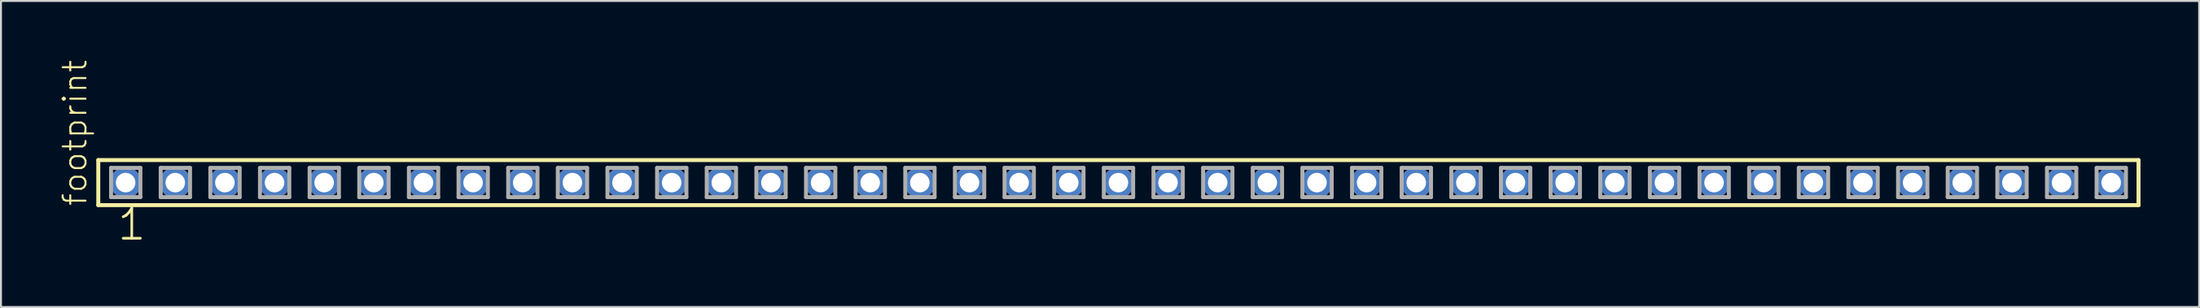
<source format=kicad_pcb>
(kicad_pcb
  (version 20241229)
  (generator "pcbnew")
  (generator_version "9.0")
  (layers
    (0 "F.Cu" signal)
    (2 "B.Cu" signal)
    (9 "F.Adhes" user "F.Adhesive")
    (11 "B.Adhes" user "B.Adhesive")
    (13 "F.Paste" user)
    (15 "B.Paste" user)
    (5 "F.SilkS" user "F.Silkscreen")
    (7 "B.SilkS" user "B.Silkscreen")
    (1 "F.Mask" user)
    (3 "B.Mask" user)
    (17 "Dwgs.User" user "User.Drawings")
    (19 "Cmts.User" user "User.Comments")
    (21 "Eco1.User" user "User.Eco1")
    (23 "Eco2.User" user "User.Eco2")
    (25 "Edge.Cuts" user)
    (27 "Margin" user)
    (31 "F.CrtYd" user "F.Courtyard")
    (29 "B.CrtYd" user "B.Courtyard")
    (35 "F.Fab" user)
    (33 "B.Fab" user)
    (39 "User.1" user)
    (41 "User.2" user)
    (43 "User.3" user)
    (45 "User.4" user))
  (footprint "footprint"
    (layer "F.Cu")
    (at 54.178 6.312)
    (property "Reference" "footprint" (at -52.705 1.27 90) (layer "F.SilkS") (effects (font (size 1.168 1.168) (thickness 0.102)) (justify left bottom)))
    (fp_line (start -52.199 -1.155) (end 52.199 -1.155) (stroke (width 0.203) (type solid)) (layer "F.SilkS"))
    (fp_line (start -52.199 1.155) (end -52.199 -1.155) (stroke (width 0.203) (type solid)) (layer "F.SilkS"))
    (fp_line (start 52.199 -1.155) (end 52.199 1.155) (stroke (width 0.203) (type solid)) (layer "F.SilkS"))
    (fp_line (start 52.199 1.155) (end -52.199 1.155) (stroke (width 0.203) (type solid)) (layer "F.SilkS"))
    (fp_line (start -51.545 -0.755) (end -50.045 -0.755) (stroke (width 0.203) (type solid)) (layer "F.Fab"))
    (fp_line (start -51.545 0.745) (end -51.545 -0.755) (stroke (width 0.203) (type solid)) (layer "F.Fab"))
    (fp_line (start -50.045 -0.755) (end -50.045 0.745) (stroke (width 0.203) (type solid)) (layer "F.Fab"))
    (fp_line (start -50.045 0.745) (end -51.545 0.745) (stroke (width 0.203) (type solid)) (layer "F.Fab"))
    (fp_line (start -49.005 -0.755) (end -47.505 -0.755) (stroke (width 0.203) (type solid)) (layer "F.Fab"))
    (fp_line (start -49.005 0.745) (end -49.005 -0.755) (stroke (width 0.203) (type solid)) (layer "F.Fab"))
    (fp_line (start -47.505 -0.755) (end -47.505 0.745) (stroke (width 0.203) (type solid)) (layer "F.Fab"))
    (fp_line (start -47.505 0.745) (end -49.005 0.745) (stroke (width 0.203) (type solid)) (layer "F.Fab"))
    (fp_line (start -46.465 -0.755) (end -44.965 -0.755) (stroke (width 0.203) (type solid)) (layer "F.Fab"))
    (fp_line (start -46.465 0.745) (end -46.465 -0.755) (stroke (width 0.203) (type solid)) (layer "F.Fab"))
    (fp_line (start -44.965 -0.755) (end -44.965 0.745) (stroke (width 0.203) (type solid)) (layer "F.Fab"))
    (fp_line (start -44.965 0.745) (end -46.465 0.745) (stroke (width 0.203) (type solid)) (layer "F.Fab"))
    (fp_line (start -43.925 -0.755) (end -42.425 -0.755) (stroke (width 0.203) (type solid)) (layer "F.Fab"))
    (fp_line (start -43.925 0.745) (end -43.925 -0.755) (stroke (width 0.203) (type solid)) (layer "F.Fab"))
    (fp_line (start -42.425 -0.755) (end -42.425 0.745) (stroke (width 0.203) (type solid)) (layer "F.Fab"))
    (fp_line (start -42.425 0.745) (end -43.925 0.745) (stroke (width 0.203) (type solid)) (layer "F.Fab"))
    (fp_line (start -41.385 -0.755) (end -39.885 -0.755) (stroke (width 0.203) (type solid)) (layer "F.Fab"))
    (fp_line (start -41.385 0.745) (end -41.385 -0.755) (stroke (width 0.203) (type solid)) (layer "F.Fab"))
    (fp_line (start -39.885 -0.755) (end -39.885 0.745) (stroke (width 0.203) (type solid)) (layer "F.Fab"))
    (fp_line (start -39.885 0.745) (end -41.385 0.745) (stroke (width 0.203) (type solid)) (layer "F.Fab"))
    (fp_line (start -38.845 -0.755) (end -37.345 -0.755) (stroke (width 0.203) (type solid)) (layer "F.Fab"))
    (fp_line (start -38.845 0.745) (end -38.845 -0.755) (stroke (width 0.203) (type solid)) (layer "F.Fab"))
    (fp_line (start -37.345 -0.755) (end -37.345 0.745) (stroke (width 0.203) (type solid)) (layer "F.Fab"))
    (fp_line (start -37.345 0.745) (end -38.845 0.745) (stroke (width 0.203) (type solid)) (layer "F.Fab"))
    (fp_line (start -36.305 -0.755) (end -34.805 -0.755) (stroke (width 0.203) (type solid)) (layer "F.Fab"))
    (fp_line (start -36.305 0.745) (end -36.305 -0.755) (stroke (width 0.203) (type solid)) (layer "F.Fab"))
    (fp_line (start -34.805 -0.755) (end -34.805 0.745) (stroke (width 0.203) (type solid)) (layer "F.Fab"))
    (fp_line (start -34.805 0.745) (end -36.305 0.745) (stroke (width 0.203) (type solid)) (layer "F.Fab"))
    (fp_line (start -33.765 -0.755) (end -32.265 -0.755) (stroke (width 0.203) (type solid)) (layer "F.Fab"))
    (fp_line (start -33.765 0.745) (end -33.765 -0.755) (stroke (width 0.203) (type solid)) (layer "F.Fab"))
    (fp_line (start -32.265 -0.755) (end -32.265 0.745) (stroke (width 0.203) (type solid)) (layer "F.Fab"))
    (fp_line (start -32.265 0.745) (end -33.765 0.745) (stroke (width 0.203) (type solid)) (layer "F.Fab"))
    (fp_line (start -31.225 -0.755) (end -29.725 -0.755) (stroke (width 0.203) (type solid)) (layer "F.Fab"))
    (fp_line (start -31.225 0.745) (end -31.225 -0.755) (stroke (width 0.203) (type solid)) (layer "F.Fab"))
    (fp_line (start -29.725 -0.755) (end -29.725 0.745) (stroke (width 0.203) (type solid)) (layer "F.Fab"))
    (fp_line (start -29.725 0.745) (end -31.225 0.745) (stroke (width 0.203) (type solid)) (layer "F.Fab"))
    (fp_line (start -28.685 -0.755) (end -27.185 -0.755) (stroke (width 0.203) (type solid)) (layer "F.Fab"))
    (fp_line (start -28.685 0.745) (end -28.685 -0.755) (stroke (width 0.203) (type solid)) (layer "F.Fab"))
    (fp_line (start -27.185 -0.755) (end -27.185 0.745) (stroke (width 0.203) (type solid)) (layer "F.Fab"))
    (fp_line (start -27.185 0.745) (end -28.685 0.745) (stroke (width 0.203) (type solid)) (layer "F.Fab"))
    (fp_line (start -26.145 -0.755) (end -24.645 -0.755) (stroke (width 0.203) (type solid)) (layer "F.Fab"))
    (fp_line (start -26.145 0.745) (end -26.145 -0.755) (stroke (width 0.203) (type solid)) (layer "F.Fab"))
    (fp_line (start -24.645 -0.755) (end -24.645 0.745) (stroke (width 0.203) (type solid)) (layer "F.Fab"))
    (fp_line (start -24.645 0.745) (end -26.145 0.745) (stroke (width 0.203) (type solid)) (layer "F.Fab"))
    (fp_line (start -23.605 -0.755) (end -22.105 -0.755) (stroke (width 0.203) (type solid)) (layer "F.Fab"))
    (fp_line (start -23.605 0.745) (end -23.605 -0.755) (stroke (width 0.203) (type solid)) (layer "F.Fab"))
    (fp_line (start -22.105 -0.755) (end -22.105 0.745) (stroke (width 0.203) (type solid)) (layer "F.Fab"))
    (fp_line (start -22.105 0.745) (end -23.605 0.745) (stroke (width 0.203) (type solid)) (layer "F.Fab"))
    (fp_line (start -21.065 -0.755) (end -19.565 -0.755) (stroke (width 0.203) (type solid)) (layer "F.Fab"))
    (fp_line (start -21.065 0.745) (end -21.065 -0.755) (stroke (width 0.203) (type solid)) (layer "F.Fab"))
    (fp_line (start -19.565 -0.755) (end -19.565 0.745) (stroke (width 0.203) (type solid)) (layer "F.Fab"))
    (fp_line (start -19.565 0.745) (end -21.065 0.745) (stroke (width 0.203) (type solid)) (layer "F.Fab"))
    (fp_line (start -18.525 -0.755) (end -17.025 -0.755) (stroke (width 0.203) (type solid)) (layer "F.Fab"))
    (fp_line (start -18.525 0.745) (end -18.525 -0.755) (stroke (width 0.203) (type solid)) (layer "F.Fab"))
    (fp_line (start -17.025 -0.755) (end -17.025 0.745) (stroke (width 0.203) (type solid)) (layer "F.Fab"))
    (fp_line (start -17.025 0.745) (end -18.525 0.745) (stroke (width 0.203) (type solid)) (layer "F.Fab"))
    (fp_line (start -15.985 -0.755) (end -14.485 -0.755) (stroke (width 0.203) (type solid)) (layer "F.Fab"))
    (fp_line (start -15.985 0.745) (end -15.985 -0.755) (stroke (width 0.203) (type solid)) (layer "F.Fab"))
    (fp_line (start -14.485 -0.755) (end -14.485 0.745) (stroke (width 0.203) (type solid)) (layer "F.Fab"))
    (fp_line (start -14.485 0.745) (end -15.985 0.745) (stroke (width 0.203) (type solid)) (layer "F.Fab"))
    (fp_line (start -13.445 -0.755) (end -11.945 -0.755) (stroke (width 0.203) (type solid)) (layer "F.Fab"))
    (fp_line (start -13.445 0.745) (end -13.445 -0.755) (stroke (width 0.203) (type solid)) (layer "F.Fab"))
    (fp_line (start -11.945 -0.755) (end -11.945 0.745) (stroke (width 0.203) (type solid)) (layer "F.Fab"))
    (fp_line (start -11.945 0.745) (end -13.445 0.745) (stroke (width 0.203) (type solid)) (layer "F.Fab"))
    (fp_line (start -10.905 -0.755) (end -9.405 -0.755) (stroke (width 0.203) (type solid)) (layer "F.Fab"))
    (fp_line (start -10.905 0.745) (end -10.905 -0.755) (stroke (width 0.203) (type solid)) (layer "F.Fab"))
    (fp_line (start -9.405 -0.755) (end -9.405 0.745) (stroke (width 0.203) (type solid)) (layer "F.Fab"))
    (fp_line (start -9.405 0.745) (end -10.905 0.745) (stroke (width 0.203) (type solid)) (layer "F.Fab"))
    (fp_line (start -8.365 -0.755) (end -6.865 -0.755) (stroke (width 0.203) (type solid)) (layer "F.Fab"))
    (fp_line (start -8.365 0.745) (end -8.365 -0.755) (stroke (width 0.203) (type solid)) (layer "F.Fab"))
    (fp_line (start -6.865 -0.755) (end -6.865 0.745) (stroke (width 0.203) (type solid)) (layer "F.Fab"))
    (fp_line (start -6.865 0.745) (end -8.365 0.745) (stroke (width 0.203) (type solid)) (layer "F.Fab"))
    (fp_line (start -5.825 -0.755) (end -4.325 -0.755) (stroke (width 0.203) (type solid)) (layer "F.Fab"))
    (fp_line (start -5.825 0.745) (end -5.825 -0.755) (stroke (width 0.203) (type solid)) (layer "F.Fab"))
    (fp_line (start -4.325 -0.755) (end -4.325 0.745) (stroke (width 0.203) (type solid)) (layer "F.Fab"))
    (fp_line (start -4.325 0.745) (end -5.825 0.745) (stroke (width 0.203) (type solid)) (layer "F.Fab"))
    (fp_line (start -3.285 -0.755) (end -1.785 -0.755) (stroke (width 0.203) (type solid)) (layer "F.Fab"))
    (fp_line (start -3.285 0.745) (end -3.285 -0.755) (stroke (width 0.203) (type solid)) (layer "F.Fab"))
    (fp_line (start -1.785 -0.755) (end -1.785 0.745) (stroke (width 0.203) (type solid)) (layer "F.Fab"))
    (fp_line (start -1.785 0.745) (end -3.285 0.745) (stroke (width 0.203) (type solid)) (layer "F.Fab"))
    (fp_line (start -0.745 -0.755) (end 0.755 -0.755) (stroke (width 0.203) (type solid)) (layer "F.Fab"))
    (fp_line (start -0.745 0.745) (end -0.745 -0.755) (stroke (width 0.203) (type solid)) (layer "F.Fab"))
    (fp_line (start 0.755 -0.755) (end 0.755 0.745) (stroke (width 0.203) (type solid)) (layer "F.Fab"))
    (fp_line (start 0.755 0.745) (end -0.745 0.745) (stroke (width 0.203) (type solid)) (layer "F.Fab"))
    (fp_line (start 1.795 -0.755) (end 3.295 -0.755) (stroke (width 0.203) (type solid)) (layer "F.Fab"))
    (fp_line (start 1.795 0.745) (end 1.795 -0.755) (stroke (width 0.203) (type solid)) (layer "F.Fab"))
    (fp_line (start 3.295 -0.755) (end 3.295 0.745) (stroke (width 0.203) (type solid)) (layer "F.Fab"))
    (fp_line (start 3.295 0.745) (end 1.795 0.745) (stroke (width 0.203) (type solid)) (layer "F.Fab"))
    (fp_line (start 4.335 -0.755) (end 5.835 -0.755) (stroke (width 0.203) (type solid)) (layer "F.Fab"))
    (fp_line (start 4.335 0.745) (end 4.335 -0.755) (stroke (width 0.203) (type solid)) (layer "F.Fab"))
    (fp_line (start 5.835 -0.755) (end 5.835 0.745) (stroke (width 0.203) (type solid)) (layer "F.Fab"))
    (fp_line (start 5.835 0.745) (end 4.335 0.745) (stroke (width 0.203) (type solid)) (layer "F.Fab"))
    (fp_line (start 6.875 -0.755) (end 8.375 -0.755) (stroke (width 0.203) (type solid)) (layer "F.Fab"))
    (fp_line (start 6.875 0.745) (end 6.875 -0.755) (stroke (width 0.203) (type solid)) (layer "F.Fab"))
    (fp_line (start 8.375 -0.755) (end 8.375 0.745) (stroke (width 0.203) (type solid)) (layer "F.Fab"))
    (fp_line (start 8.375 0.745) (end 6.875 0.745) (stroke (width 0.203) (type solid)) (layer "F.Fab"))
    (fp_line (start 9.415 -0.755) (end 10.915 -0.755) (stroke (width 0.203) (type solid)) (layer "F.Fab"))
    (fp_line (start 9.415 0.745) (end 9.415 -0.755) (stroke (width 0.203) (type solid)) (layer "F.Fab"))
    (fp_line (start 10.915 -0.755) (end 10.915 0.745) (stroke (width 0.203) (type solid)) (layer "F.Fab"))
    (fp_line (start 10.915 0.745) (end 9.415 0.745) (stroke (width 0.203) (type solid)) (layer "F.Fab"))
    (fp_line (start 11.955 -0.755) (end 13.455 -0.755) (stroke (width 0.203) (type solid)) (layer "F.Fab"))
    (fp_line (start 11.955 0.745) (end 11.955 -0.755) (stroke (width 0.203) (type solid)) (layer "F.Fab"))
    (fp_line (start 13.455 -0.755) (end 13.455 0.745) (stroke (width 0.203) (type solid)) (layer "F.Fab"))
    (fp_line (start 13.455 0.745) (end 11.955 0.745) (stroke (width 0.203) (type solid)) (layer "F.Fab"))
    (fp_line (start 14.495 -0.755) (end 15.995 -0.755) (stroke (width 0.203) (type solid)) (layer "F.Fab"))
    (fp_line (start 14.495 0.745) (end 14.495 -0.755) (stroke (width 0.203) (type solid)) (layer "F.Fab"))
    (fp_line (start 15.995 -0.755) (end 15.995 0.745) (stroke (width 0.203) (type solid)) (layer "F.Fab"))
    (fp_line (start 15.995 0.745) (end 14.495 0.745) (stroke (width 0.203) (type solid)) (layer "F.Fab"))
    (fp_line (start 17.035 -0.755) (end 18.535 -0.755) (stroke (width 0.203) (type solid)) (layer "F.Fab"))
    (fp_line (start 17.035 0.745) (end 17.035 -0.755) (stroke (width 0.203) (type solid)) (layer "F.Fab"))
    (fp_line (start 18.535 -0.755) (end 18.535 0.745) (stroke (width 0.203) (type solid)) (layer "F.Fab"))
    (fp_line (start 18.535 0.745) (end 17.035 0.745) (stroke (width 0.203) (type solid)) (layer "F.Fab"))
    (fp_line (start 19.575 -0.755) (end 21.075 -0.755) (stroke (width 0.203) (type solid)) (layer "F.Fab"))
    (fp_line (start 19.575 0.745) (end 19.575 -0.755) (stroke (width 0.203) (type solid)) (layer "F.Fab"))
    (fp_line (start 21.075 -0.755) (end 21.075 0.745) (stroke (width 0.203) (type solid)) (layer "F.Fab"))
    (fp_line (start 21.075 0.745) (end 19.575 0.745) (stroke (width 0.203) (type solid)) (layer "F.Fab"))
    (fp_line (start 22.115 -0.755) (end 23.615 -0.755) (stroke (width 0.203) (type solid)) (layer "F.Fab"))
    (fp_line (start 22.115 0.745) (end 22.115 -0.755) (stroke (width 0.203) (type solid)) (layer "F.Fab"))
    (fp_line (start 23.615 -0.755) (end 23.615 0.745) (stroke (width 0.203) (type solid)) (layer "F.Fab"))
    (fp_line (start 23.615 0.745) (end 22.115 0.745) (stroke (width 0.203) (type solid)) (layer "F.Fab"))
    (fp_line (start 24.655 -0.755) (end 26.155 -0.755) (stroke (width 0.203) (type solid)) (layer "F.Fab"))
    (fp_line (start 24.655 0.745) (end 24.655 -0.755) (stroke (width 0.203) (type solid)) (layer "F.Fab"))
    (fp_line (start 26.155 -0.755) (end 26.155 0.745) (stroke (width 0.203) (type solid)) (layer "F.Fab"))
    (fp_line (start 26.155 0.745) (end 24.655 0.745) (stroke (width 0.203) (type solid)) (layer "F.Fab"))
    (fp_line (start 27.195 -0.755) (end 28.695 -0.755) (stroke (width 0.203) (type solid)) (layer "F.Fab"))
    (fp_line (start 27.195 0.745) (end 27.195 -0.755) (stroke (width 0.203) (type solid)) (layer "F.Fab"))
    (fp_line (start 28.695 -0.755) (end 28.695 0.745) (stroke (width 0.203) (type solid)) (layer "F.Fab"))
    (fp_line (start 28.695 0.745) (end 27.195 0.745) (stroke (width 0.203) (type solid)) (layer "F.Fab"))
    (fp_line (start 29.735 -0.755) (end 31.235 -0.755) (stroke (width 0.203) (type solid)) (layer "F.Fab"))
    (fp_line (start 29.735 0.745) (end 29.735 -0.755) (stroke (width 0.203) (type solid)) (layer "F.Fab"))
    (fp_line (start 31.235 -0.755) (end 31.235 0.745) (stroke (width 0.203) (type solid)) (layer "F.Fab"))
    (fp_line (start 31.235 0.745) (end 29.735 0.745) (stroke (width 0.203) (type solid)) (layer "F.Fab"))
    (fp_line (start 32.275 -0.755) (end 33.775 -0.755) (stroke (width 0.203) (type solid)) (layer "F.Fab"))
    (fp_line (start 32.275 0.745) (end 32.275 -0.755) (stroke (width 0.203) (type solid)) (layer "F.Fab"))
    (fp_line (start 33.775 -0.755) (end 33.775 0.745) (stroke (width 0.203) (type solid)) (layer "F.Fab"))
    (fp_line (start 33.775 0.745) (end 32.275 0.745) (stroke (width 0.203) (type solid)) (layer "F.Fab"))
    (fp_line (start 34.815 -0.755) (end 36.315 -0.755) (stroke (width 0.203) (type solid)) (layer "F.Fab"))
    (fp_line (start 34.815 0.745) (end 34.815 -0.755) (stroke (width 0.203) (type solid)) (layer "F.Fab"))
    (fp_line (start 36.315 -0.755) (end 36.315 0.745) (stroke (width 0.203) (type solid)) (layer "F.Fab"))
    (fp_line (start 36.315 0.745) (end 34.815 0.745) (stroke (width 0.203) (type solid)) (layer "F.Fab"))
    (fp_line (start 37.355 -0.755) (end 38.855 -0.755) (stroke (width 0.203) (type solid)) (layer "F.Fab"))
    (fp_line (start 37.355 0.745) (end 37.355 -0.755) (stroke (width 0.203) (type solid)) (layer "F.Fab"))
    (fp_line (start 38.855 -0.755) (end 38.855 0.745) (stroke (width 0.203) (type solid)) (layer "F.Fab"))
    (fp_line (start 38.855 0.745) (end 37.355 0.745) (stroke (width 0.203) (type solid)) (layer "F.Fab"))
    (fp_line (start 39.895 -0.755) (end 41.395 -0.755) (stroke (width 0.203) (type solid)) (layer "F.Fab"))
    (fp_line (start 39.895 0.745) (end 39.895 -0.755) (stroke (width 0.203) (type solid)) (layer "F.Fab"))
    (fp_line (start 41.395 -0.755) (end 41.395 0.745) (stroke (width 0.203) (type solid)) (layer "F.Fab"))
    (fp_line (start 41.395 0.745) (end 39.895 0.745) (stroke (width 0.203) (type solid)) (layer "F.Fab"))
    (fp_line (start 42.435 -0.755) (end 43.935 -0.755) (stroke (width 0.203) (type solid)) (layer "F.Fab"))
    (fp_line (start 42.435 0.745) (end 42.435 -0.755) (stroke (width 0.203) (type solid)) (layer "F.Fab"))
    (fp_line (start 43.935 -0.755) (end 43.935 0.745) (stroke (width 0.203) (type solid)) (layer "F.Fab"))
    (fp_line (start 43.935 0.745) (end 42.435 0.745) (stroke (width 0.203) (type solid)) (layer "F.Fab"))
    (fp_line (start 44.975 -0.755) (end 46.475 -0.755) (stroke (width 0.203) (type solid)) (layer "F.Fab"))
    (fp_line (start 44.975 0.745) (end 44.975 -0.755) (stroke (width 0.203) (type solid)) (layer "F.Fab"))
    (fp_line (start 46.475 -0.755) (end 46.475 0.745) (stroke (width 0.203) (type solid)) (layer "F.Fab"))
    (fp_line (start 46.475 0.745) (end 44.975 0.745) (stroke (width 0.203) (type solid)) (layer "F.Fab"))
    (fp_line (start 47.515 -0.755) (end 49.015 -0.755) (stroke (width 0.203) (type solid)) (layer "F.Fab"))
    (fp_line (start 47.515 0.745) (end 47.515 -0.755) (stroke (width 0.203) (type solid)) (layer "F.Fab"))
    (fp_line (start 49.015 -0.755) (end 49.015 0.745) (stroke (width 0.203) (type solid)) (layer "F.Fab"))
    (fp_line (start 49.015 0.745) (end 47.515 0.745) (stroke (width 0.203) (type solid)) (layer "F.Fab"))
    (fp_line (start 50.055 -0.755) (end 51.555 -0.755) (stroke (width 0.203) (type solid)) (layer "F.Fab"))
    (fp_line (start 50.055 0.745) (end 50.055 -0.755) (stroke (width 0.203) (type solid)) (layer "F.Fab"))
    (fp_line (start 51.555 -0.755) (end 51.555 0.745) (stroke (width 0.203) (type solid)) (layer "F.Fab"))
    (fp_line (start 51.555 0.745) (end 50.055 0.745) (stroke (width 0.203) (type solid)) (layer "F.Fab"))
    (fp_text user "1" (at -51.308 3.048 0) (layer "F.SilkS") (effects (font (size 1.542 1.542) (thickness 0.134)) (justify left bottom)))
    (pad "1" thru_hole roundrect (at -50.8 0) (size 1.5 1.5) (drill 1) (layers "*.Cu" "*.Mask") (roundrect_rratio 0.25) (chamfer_ratio 0.25) (chamfer top_left top_right bottom_left bottom_right))
    (pad "2" thru_hole roundrect (at -48.26 0) (size 1.5 1.5) (drill 1) (layers "*.Cu" "*.Mask") (roundrect_rratio 0.25) (chamfer_ratio 0.25) (chamfer top_left top_right bottom_left bottom_right))
    (pad "3" thru_hole roundrect (at -45.72 0) (size 1.5 1.5) (drill 1) (layers "*.Cu" "*.Mask") (roundrect_rratio 0.25) (chamfer_ratio 0.25) (chamfer top_left top_right bottom_left bottom_right))
    (pad "4" thru_hole roundrect (at -43.18 0) (size 1.5 1.5) (drill 1) (layers "*.Cu" "*.Mask") (roundrect_rratio 0.25) (chamfer_ratio 0.25) (chamfer top_left top_right bottom_left bottom_right))
    (pad "5" thru_hole roundrect (at -40.64 0) (size 1.5 1.5) (drill 1) (layers "*.Cu" "*.Mask") (roundrect_rratio 0.25) (chamfer_ratio 0.25) (chamfer top_left top_right bottom_left bottom_right))
    (pad "6" thru_hole roundrect (at -38.1 0) (size 1.5 1.5) (drill 1) (layers "*.Cu" "*.Mask") (roundrect_rratio 0.25) (chamfer_ratio 0.25) (chamfer top_left top_right bottom_left bottom_right))
    (pad "7" thru_hole roundrect (at -35.56 0) (size 1.5 1.5) (drill 1) (layers "*.Cu" "*.Mask") (roundrect_rratio 0.25) (chamfer_ratio 0.25) (chamfer top_left top_right bottom_left bottom_right))
    (pad "8" thru_hole roundrect (at -33.02 0) (size 1.5 1.5) (drill 1) (layers "*.Cu" "*.Mask") (roundrect_rratio 0.25) (chamfer_ratio 0.25) (chamfer top_left top_right bottom_left bottom_right))
    (pad "9" thru_hole roundrect (at -30.48 0) (size 1.5 1.5) (drill 1) (layers "*.Cu" "*.Mask") (roundrect_rratio 0.25) (chamfer_ratio 0.25) (chamfer top_left top_right bottom_left bottom_right))
    (pad "10" thru_hole roundrect (at -27.94 0) (size 1.5 1.5) (drill 1) (layers "*.Cu" "*.Mask") (roundrect_rratio 0.25) (chamfer_ratio 0.25) (chamfer top_left top_right bottom_left bottom_right))
    (pad "11" thru_hole roundrect (at -25.4 0) (size 1.5 1.5) (drill 1) (layers "*.Cu" "*.Mask") (roundrect_rratio 0.25) (chamfer_ratio 0.25) (chamfer top_left top_right bottom_left bottom_right))
    (pad "12" thru_hole roundrect (at -22.86 0) (size 1.5 1.5) (drill 1) (layers "*.Cu" "*.Mask") (roundrect_rratio 0.25) (chamfer_ratio 0.25) (chamfer top_left top_right bottom_left bottom_right))
    (pad "13" thru_hole roundrect (at -20.32 0) (size 1.5 1.5) (drill 1) (layers "*.Cu" "*.Mask") (roundrect_rratio 0.25) (chamfer_ratio 0.25) (chamfer top_left top_right bottom_left bottom_right))
    (pad "14" thru_hole roundrect (at -17.78 0) (size 1.5 1.5) (drill 1) (layers "*.Cu" "*.Mask") (roundrect_rratio 0.25) (chamfer_ratio 0.25) (chamfer top_left top_right bottom_left bottom_right))
    (pad "15" thru_hole roundrect (at -15.24 0) (size 1.5 1.5) (drill 1) (layers "*.Cu" "*.Mask") (roundrect_rratio 0.25) (chamfer_ratio 0.25) (chamfer top_left top_right bottom_left bottom_right))
    (pad "16" thru_hole roundrect (at -12.7 0) (size 1.5 1.5) (drill 1) (layers "*.Cu" "*.Mask") (roundrect_rratio 0.25) (chamfer_ratio 0.25) (chamfer top_left top_right bottom_left bottom_right))
    (pad "17" thru_hole roundrect (at -10.16 0) (size 1.5 1.5) (drill 1) (layers "*.Cu" "*.Mask") (roundrect_rratio 0.25) (chamfer_ratio 0.25) (chamfer top_left top_right bottom_left bottom_right))
    (pad "18" thru_hole roundrect (at -7.62 0) (size 1.5 1.5) (drill 1) (layers "*.Cu" "*.Mask") (roundrect_rratio 0.25) (chamfer_ratio 0.25) (chamfer top_left top_right bottom_left bottom_right))
    (pad "19" thru_hole roundrect (at -5.08 0) (size 1.5 1.5) (drill 1) (layers "*.Cu" "*.Mask") (roundrect_rratio 0.25) (chamfer_ratio 0.25) (chamfer top_left top_right bottom_left bottom_right))
    (pad "20" thru_hole roundrect (at -2.54 0) (size 1.5 1.5) (drill 1) (layers "*.Cu" "*.Mask") (roundrect_rratio 0.25) (chamfer_ratio 0.25) (chamfer top_left top_right bottom_left bottom_right))
    (pad "21" thru_hole roundrect (at 0 0) (size 1.5 1.5) (drill 1) (layers "*.Cu" "*.Mask") (roundrect_rratio 0.25) (chamfer_ratio 0.25) (chamfer top_left top_right bottom_left bottom_right))
    (pad "22" thru_hole roundrect (at 2.54 0) (size 1.5 1.5) (drill 1) (layers "*.Cu" "*.Mask") (roundrect_rratio 0.25) (chamfer_ratio 0.25) (chamfer top_left top_right bottom_left bottom_right))
    (pad "23" thru_hole roundrect (at 5.08 0) (size 1.5 1.5) (drill 1) (layers "*.Cu" "*.Mask") (roundrect_rratio 0.25) (chamfer_ratio 0.25) (chamfer top_left top_right bottom_left bottom_right))
    (pad "24" thru_hole roundrect (at 7.62 0) (size 1.5 1.5) (drill 1) (layers "*.Cu" "*.Mask") (roundrect_rratio 0.25) (chamfer_ratio 0.25) (chamfer top_left top_right bottom_left bottom_right))
    (pad "25" thru_hole roundrect (at 10.16 0) (size 1.5 1.5) (drill 1) (layers "*.Cu" "*.Mask") (roundrect_rratio 0.25) (chamfer_ratio 0.25) (chamfer top_left top_right bottom_left bottom_right))
    (pad "26" thru_hole roundrect (at 12.7 0) (size 1.5 1.5) (drill 1) (layers "*.Cu" "*.Mask") (roundrect_rratio 0.25) (chamfer_ratio 0.25) (chamfer top_left top_right bottom_left bottom_right))
    (pad "27" thru_hole roundrect (at 15.24 0) (size 1.5 1.5) (drill 1) (layers "*.Cu" "*.Mask") (roundrect_rratio 0.25) (chamfer_ratio 0.25) (chamfer top_left top_right bottom_left bottom_right))
    (pad "28" thru_hole roundrect (at 17.78 0) (size 1.5 1.5) (drill 1) (layers "*.Cu" "*.Mask") (roundrect_rratio 0.25) (chamfer_ratio 0.25) (chamfer top_left top_right bottom_left bottom_right))
    (pad "29" thru_hole roundrect (at 20.32 0) (size 1.5 1.5) (drill 1) (layers "*.Cu" "*.Mask") (roundrect_rratio 0.25) (chamfer_ratio 0.25) (chamfer top_left top_right bottom_left bottom_right))
    (pad "30" thru_hole roundrect (at 22.86 0) (size 1.5 1.5) (drill 1) (layers "*.Cu" "*.Mask") (roundrect_rratio 0.25) (chamfer_ratio 0.25) (chamfer top_left top_right bottom_left bottom_right))
    (pad "31" thru_hole roundrect (at 25.4 0) (size 1.5 1.5) (drill 1) (layers "*.Cu" "*.Mask") (roundrect_rratio 0.25) (chamfer_ratio 0.25) (chamfer top_left top_right bottom_left bottom_right))
    (pad "32" thru_hole roundrect (at 27.94 0) (size 1.5 1.5) (drill 1) (layers "*.Cu" "*.Mask") (roundrect_rratio 0.25) (chamfer_ratio 0.25) (chamfer top_left top_right bottom_left bottom_right))
    (pad "33" thru_hole roundrect (at 30.48 0) (size 1.5 1.5) (drill 1) (layers "*.Cu" "*.Mask") (roundrect_rratio 0.25) (chamfer_ratio 0.25) (chamfer top_left top_right bottom_left bottom_right))
    (pad "34" thru_hole roundrect (at 33.02 0) (size 1.5 1.5) (drill 1) (layers "*.Cu" "*.Mask") (roundrect_rratio 0.25) (chamfer_ratio 0.25) (chamfer top_left top_right bottom_left bottom_right))
    (pad "35" thru_hole roundrect (at 35.56 0) (size 1.5 1.5) (drill 1) (layers "*.Cu" "*.Mask") (roundrect_rratio 0.25) (chamfer_ratio 0.25) (chamfer top_left top_right bottom_left bottom_right))
    (pad "36" thru_hole roundrect (at 38.1 0) (size 1.5 1.5) (drill 1) (layers "*.Cu" "*.Mask") (roundrect_rratio 0.25) (chamfer_ratio 0.25) (chamfer top_left top_right bottom_left bottom_right))
    (pad "37" thru_hole roundrect (at 40.64 0) (size 1.5 1.5) (drill 1) (layers "*.Cu" "*.Mask") (roundrect_rratio 0.25) (chamfer_ratio 0.25) (chamfer top_left top_right bottom_left bottom_right))
    (pad "38" thru_hole roundrect (at 43.18 0) (size 1.5 1.5) (drill 1) (layers "*.Cu" "*.Mask") (roundrect_rratio 0.25) (chamfer_ratio 0.25) (chamfer top_left top_right bottom_left bottom_right))
    (pad "39" thru_hole roundrect (at 45.72 0) (size 1.5 1.5) (drill 1) (layers "*.Cu" "*.Mask") (roundrect_rratio 0.25) (chamfer_ratio 0.25) (chamfer top_left top_right bottom_left bottom_right))
    (pad "40" thru_hole roundrect (at 48.26 0) (size 1.5 1.5) (drill 1) (layers "*.Cu" "*.Mask") (roundrect_rratio 0.25) (chamfer_ratio 0.25) (chamfer top_left top_right bottom_left bottom_right))
    (pad "41" thru_hole roundrect (at 50.8 0) (size 1.5 1.5) (drill 1) (layers "*.Cu" "*.Mask") (roundrect_rratio 0.25) (chamfer_ratio 0.25) (chamfer top_left top_right bottom_left bottom_right)))
  (gr_rect
    (start -3 -3)
    (end 109.479 12.691)
    (stroke (width 0.1) (type default))
    (fill no)
    (layer "Edge.Cuts")))
</source>
